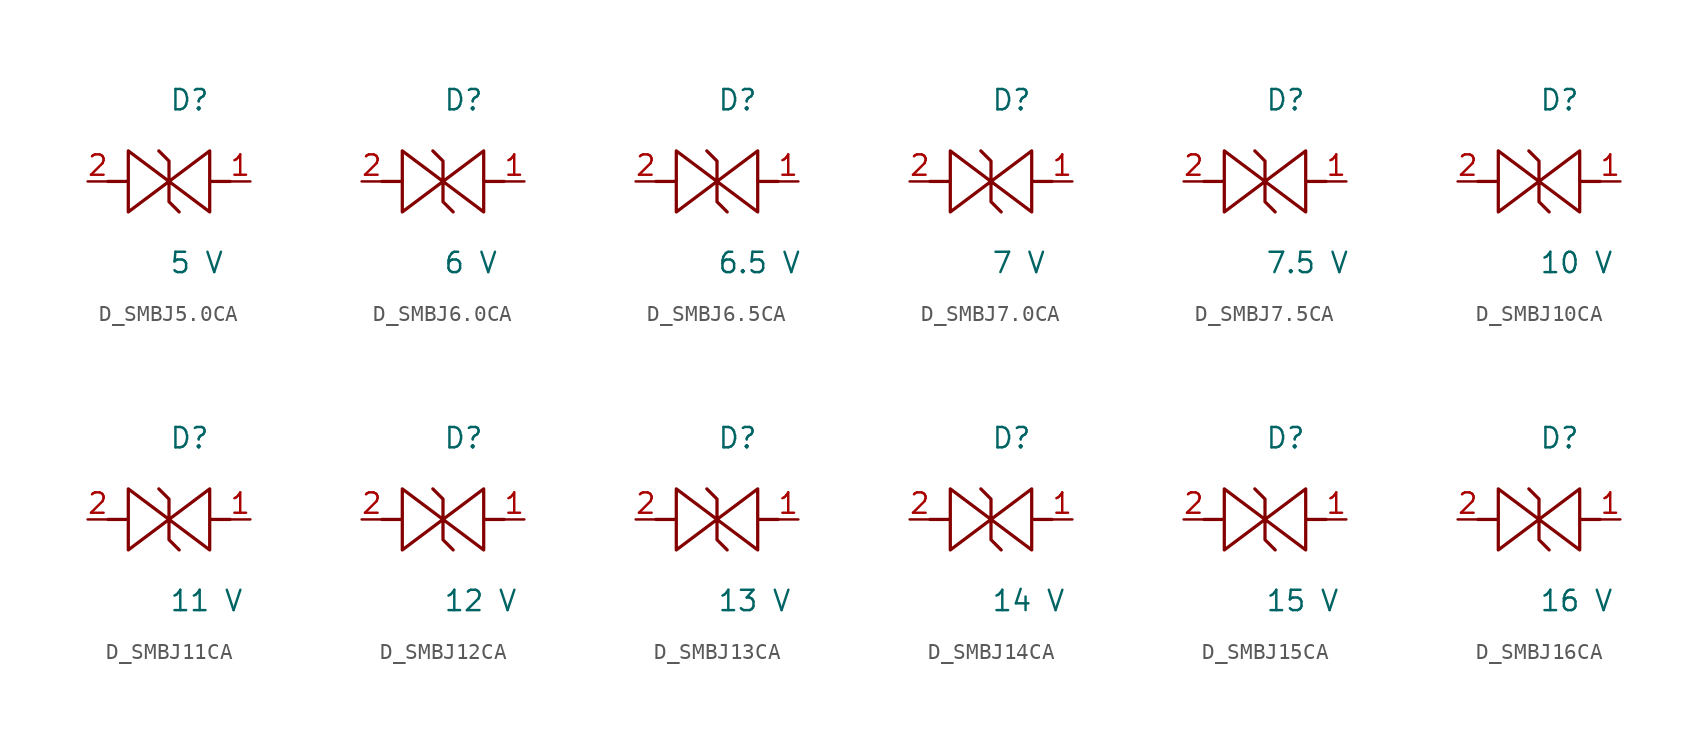
<source format=kicad_sym>
(kicad_symbol_lib
  (version 20231120)
  (generator kicad_symbol_editor)
  (generator_version 8.0)
  (symbol "D_SMBJ5.0CA"
    (pin_names
      (offset 0.254))
    (property "Reference" "D"
      (at 0.0 5.08 0)
      (effects (font (size 1.27 1.27)) (justify left)))
    (property "Value" "5 V"
      (at 0.0 -5.08 0)
      (effects (font (size 1.27 1.27)) (justify left)))
    (symbol "D_SMBJ5.0CA_1_0"
      (polyline (pts (xy 3.81 0) (xy 2.54 0) (xy 2.54 1.905) (xy 0 0) (xy 0 1.27) (xy -0.635 1.905) (xy 0 1.27) (xy 0 0) (xy -2.54 1.905) (xy -2.54 0) (xy -3.81 0) (xy -2.54 0) (xy -2.54 -1.905) (xy 0 0) (xy 0 -1.27) (xy 0.635 -1.905) (xy 0 -1.27) (xy 0 0) (xy 2.54 -1.905) (xy 2.54 0)) (stroke (width 0.203) (type default)) (fill (type none)))
      (pin unspecified line (at 5.08 0 180) (length 1.27) (name "" (effects (font (size 1.27 1.27)))) (number "1" (effects (font (size 1.27 1.27)))))
      (pin unspecified line (at -5.08 0 0) (length 1.27) (name "" (effects (font (size 1.27 1.27)))) (number "2" (effects (font (size 1.27 1.27)))))))
  (symbol "D_SMBJ6.0CA"
    (pin_names
      (offset 0.254))
    (property "Reference" "D"
      (at 0.0 5.08 0)
      (effects (font (size 1.27 1.27)) (justify left)))
    (property "Value" "6 V"
      (at 0.0 -5.08 0)
      (effects (font (size 1.27 1.27)) (justify left)))
    (symbol "D_SMBJ6.0CA_1_0"
      (polyline (pts (xy 3.81 0) (xy 2.54 0) (xy 2.54 1.905) (xy 0 0) (xy 0 1.27) (xy -0.635 1.905) (xy 0 1.27) (xy 0 0) (xy -2.54 1.905) (xy -2.54 0) (xy -3.81 0) (xy -2.54 0) (xy -2.54 -1.905) (xy 0 0) (xy 0 -1.27) (xy 0.635 -1.905) (xy 0 -1.27) (xy 0 0) (xy 2.54 -1.905) (xy 2.54 0)) (stroke (width 0.203) (type default)) (fill (type none)))
      (pin unspecified line (at 5.08 0 180) (length 1.27) (name "" (effects (font (size 1.27 1.27)))) (number "1" (effects (font (size 1.27 1.27)))))
      (pin unspecified line (at -5.08 0 0) (length 1.27) (name "" (effects (font (size 1.27 1.27)))) (number "2" (effects (font (size 1.27 1.27)))))))
  (symbol "D_SMBJ6.5CA"
    (pin_names
      (offset 0.254))
    (property "Reference" "D"
      (at 0.0 5.08 0)
      (effects (font (size 1.27 1.27)) (justify left)))
    (property "Value" "6.5 V"
      (at 0.0 -5.08 0)
      (effects (font (size 1.27 1.27)) (justify left)))
    (symbol "D_SMBJ6.5CA_1_0"
      (polyline (pts (xy 3.81 0) (xy 2.54 0) (xy 2.54 1.905) (xy 0 0) (xy 0 1.27) (xy -0.635 1.905) (xy 0 1.27) (xy 0 0) (xy -2.54 1.905) (xy -2.54 0) (xy -3.81 0) (xy -2.54 0) (xy -2.54 -1.905) (xy 0 0) (xy 0 -1.27) (xy 0.635 -1.905) (xy 0 -1.27) (xy 0 0) (xy 2.54 -1.905) (xy 2.54 0)) (stroke (width 0.203) (type default)) (fill (type none)))
      (pin unspecified line (at 5.08 0 180) (length 1.27) (name "" (effects (font (size 1.27 1.27)))) (number "1" (effects (font (size 1.27 1.27)))))
      (pin unspecified line (at -5.08 0 0) (length 1.27) (name "" (effects (font (size 1.27 1.27)))) (number "2" (effects (font (size 1.27 1.27)))))))
  (symbol "D_SMBJ7.0CA"
    (pin_names
      (offset 0.254))
    (property "Reference" "D"
      (at 0.0 5.08 0)
      (effects (font (size 1.27 1.27)) (justify left)))
    (property "Value" "7 V"
      (at 0.0 -5.08 0)
      (effects (font (size 1.27 1.27)) (justify left)))
    (symbol "D_SMBJ7.0CA_1_0"
      (polyline (pts (xy 3.81 0) (xy 2.54 0) (xy 2.54 1.905) (xy 0 0) (xy 0 1.27) (xy -0.635 1.905) (xy 0 1.27) (xy 0 0) (xy -2.54 1.905) (xy -2.54 0) (xy -3.81 0) (xy -2.54 0) (xy -2.54 -1.905) (xy 0 0) (xy 0 -1.27) (xy 0.635 -1.905) (xy 0 -1.27) (xy 0 0) (xy 2.54 -1.905) (xy 2.54 0)) (stroke (width 0.203) (type default)) (fill (type none)))
      (pin unspecified line (at 5.08 0 180) (length 1.27) (name "" (effects (font (size 1.27 1.27)))) (number "1" (effects (font (size 1.27 1.27)))))
      (pin unspecified line (at -5.08 0 0) (length 1.27) (name "" (effects (font (size 1.27 1.27)))) (number "2" (effects (font (size 1.27 1.27)))))))
  (symbol "D_SMBJ7.5CA"
    (pin_names
      (offset 0.254))
    (property "Reference" "D"
      (at 0.0 5.08 0)
      (effects (font (size 1.27 1.27)) (justify left)))
    (property "Value" "7.5 V"
      (at 0.0 -5.08 0)
      (effects (font (size 1.27 1.27)) (justify left)))
    (symbol "D_SMBJ7.5CA_1_0"
      (polyline (pts (xy 3.81 0) (xy 2.54 0) (xy 2.54 1.905) (xy 0 0) (xy 0 1.27) (xy -0.635 1.905) (xy 0 1.27) (xy 0 0) (xy -2.54 1.905) (xy -2.54 0) (xy -3.81 0) (xy -2.54 0) (xy -2.54 -1.905) (xy 0 0) (xy 0 -1.27) (xy 0.635 -1.905) (xy 0 -1.27) (xy 0 0) (xy 2.54 -1.905) (xy 2.54 0)) (stroke (width 0.203) (type default)) (fill (type none)))
      (pin unspecified line (at 5.08 0 180) (length 1.27) (name "" (effects (font (size 1.27 1.27)))) (number "1" (effects (font (size 1.27 1.27)))))
      (pin unspecified line (at -5.08 0 0) (length 1.27) (name "" (effects (font (size 1.27 1.27)))) (number "2" (effects (font (size 1.27 1.27)))))))
  (symbol "D_SMBJ10CA"
    (pin_names
      (offset 0.254))
    (property "Reference" "D"
      (at 0.0 5.08 0)
      (effects (font (size 1.27 1.27)) (justify left)))
    (property "Value" "10 V"
      (at 0.0 -5.08 0)
      (effects (font (size 1.27 1.27)) (justify left)))
    (symbol "D_SMBJ10CA_1_0"
      (polyline (pts (xy 3.81 0) (xy 2.54 0) (xy 2.54 1.905) (xy 0 0) (xy 0 1.27) (xy -0.635 1.905) (xy 0 1.27) (xy 0 0) (xy -2.54 1.905) (xy -2.54 0) (xy -3.81 0) (xy -2.54 0) (xy -2.54 -1.905) (xy 0 0) (xy 0 -1.27) (xy 0.635 -1.905) (xy 0 -1.27) (xy 0 0) (xy 2.54 -1.905) (xy 2.54 0)) (stroke (width 0.203) (type default)) (fill (type none)))
      (pin unspecified line (at 5.08 0 180) (length 1.27) (name "" (effects (font (size 1.27 1.27)))) (number "1" (effects (font (size 1.27 1.27)))))
      (pin unspecified line (at -5.08 0 0) (length 1.27) (name "" (effects (font (size 1.27 1.27)))) (number "2" (effects (font (size 1.27 1.27)))))))
  (symbol "D_SMBJ11CA"
    (pin_names
      (offset 0.254))
    (property "Reference" "D"
      (at 0.0 5.08 0)
      (effects (font (size 1.27 1.27)) (justify left)))
    (property "Value" "11 V"
      (at 0.0 -5.08 0)
      (effects (font (size 1.27 1.27)) (justify left)))
    (symbol "D_SMBJ11CA_1_0"
      (polyline (pts (xy 3.81 0) (xy 2.54 0) (xy 2.54 1.905) (xy 0 0) (xy 0 1.27) (xy -0.635 1.905) (xy 0 1.27) (xy 0 0) (xy -2.54 1.905) (xy -2.54 0) (xy -3.81 0) (xy -2.54 0) (xy -2.54 -1.905) (xy 0 0) (xy 0 -1.27) (xy 0.635 -1.905) (xy 0 -1.27) (xy 0 0) (xy 2.54 -1.905) (xy 2.54 0)) (stroke (width 0.203) (type default)) (fill (type none)))
      (pin unspecified line (at 5.08 0 180) (length 1.27) (name "" (effects (font (size 1.27 1.27)))) (number "1" (effects (font (size 1.27 1.27)))))
      (pin unspecified line (at -5.08 0 0) (length 1.27) (name "" (effects (font (size 1.27 1.27)))) (number "2" (effects (font (size 1.27 1.27)))))))
  (symbol "D_SMBJ12CA"
    (pin_names
      (offset 0.254))
    (property "Reference" "D"
      (at 0.0 5.08 0)
      (effects (font (size 1.27 1.27)) (justify left)))
    (property "Value" "12 V"
      (at 0.0 -5.08 0)
      (effects (font (size 1.27 1.27)) (justify left)))
    (symbol "D_SMBJ12CA_1_0"
      (polyline (pts (xy 3.81 0) (xy 2.54 0) (xy 2.54 1.905) (xy 0 0) (xy 0 1.27) (xy -0.635 1.905) (xy 0 1.27) (xy 0 0) (xy -2.54 1.905) (xy -2.54 0) (xy -3.81 0) (xy -2.54 0) (xy -2.54 -1.905) (xy 0 0) (xy 0 -1.27) (xy 0.635 -1.905) (xy 0 -1.27) (xy 0 0) (xy 2.54 -1.905) (xy 2.54 0)) (stroke (width 0.203) (type default)) (fill (type none)))
      (pin unspecified line (at 5.08 0 180) (length 1.27) (name "" (effects (font (size 1.27 1.27)))) (number "1" (effects (font (size 1.27 1.27)))))
      (pin unspecified line (at -5.08 0 0) (length 1.27) (name "" (effects (font (size 1.27 1.27)))) (number "2" (effects (font (size 1.27 1.27)))))))
  (symbol "D_SMBJ13CA"
    (pin_names
      (offset 0.254))
    (property "Reference" "D"
      (at 0.0 5.08 0)
      (effects (font (size 1.27 1.27)) (justify left)))
    (property "Value" "13 V"
      (at 0.0 -5.08 0)
      (effects (font (size 1.27 1.27)) (justify left)))
    (symbol "D_SMBJ13CA_1_0"
      (polyline (pts (xy 3.81 0) (xy 2.54 0) (xy 2.54 1.905) (xy 0 0) (xy 0 1.27) (xy -0.635 1.905) (xy 0 1.27) (xy 0 0) (xy -2.54 1.905) (xy -2.54 0) (xy -3.81 0) (xy -2.54 0) (xy -2.54 -1.905) (xy 0 0) (xy 0 -1.27) (xy 0.635 -1.905) (xy 0 -1.27) (xy 0 0) (xy 2.54 -1.905) (xy 2.54 0)) (stroke (width 0.203) (type default)) (fill (type none)))
      (pin unspecified line (at 5.08 0 180) (length 1.27) (name "" (effects (font (size 1.27 1.27)))) (number "1" (effects (font (size 1.27 1.27)))))
      (pin unspecified line (at -5.08 0 0) (length 1.27) (name "" (effects (font (size 1.27 1.27)))) (number "2" (effects (font (size 1.27 1.27)))))))
  (symbol "D_SMBJ14CA"
    (pin_names
      (offset 0.254))
    (property "Reference" "D"
      (at 0.0 5.08 0)
      (effects (font (size 1.27 1.27)) (justify left)))
    (property "Value" "14 V"
      (at 0.0 -5.08 0)
      (effects (font (size 1.27 1.27)) (justify left)))
    (symbol "D_SMBJ14CA_1_0"
      (polyline (pts (xy 3.81 0) (xy 2.54 0) (xy 2.54 1.905) (xy 0 0) (xy 0 1.27) (xy -0.635 1.905) (xy 0 1.27) (xy 0 0) (xy -2.54 1.905) (xy -2.54 0) (xy -3.81 0) (xy -2.54 0) (xy -2.54 -1.905) (xy 0 0) (xy 0 -1.27) (xy 0.635 -1.905) (xy 0 -1.27) (xy 0 0) (xy 2.54 -1.905) (xy 2.54 0)) (stroke (width 0.203) (type default)) (fill (type none)))
      (pin unspecified line (at 5.08 0 180) (length 1.27) (name "" (effects (font (size 1.27 1.27)))) (number "1" (effects (font (size 1.27 1.27)))))
      (pin unspecified line (at -5.08 0 0) (length 1.27) (name "" (effects (font (size 1.27 1.27)))) (number "2" (effects (font (size 1.27 1.27)))))))
  (symbol "D_SMBJ15CA"
    (pin_names
      (offset 0.254))
    (property "Reference" "D"
      (at 0.0 5.08 0)
      (effects (font (size 1.27 1.27)) (justify left)))
    (property "Value" "15 V"
      (at 0.0 -5.08 0)
      (effects (font (size 1.27 1.27)) (justify left)))
    (symbol "D_SMBJ15CA_1_0"
      (polyline (pts (xy 3.81 0) (xy 2.54 0) (xy 2.54 1.905) (xy 0 0) (xy 0 1.27) (xy -0.635 1.905) (xy 0 1.27) (xy 0 0) (xy -2.54 1.905) (xy -2.54 0) (xy -3.81 0) (xy -2.54 0) (xy -2.54 -1.905) (xy 0 0) (xy 0 -1.27) (xy 0.635 -1.905) (xy 0 -1.27) (xy 0 0) (xy 2.54 -1.905) (xy 2.54 0)) (stroke (width 0.203) (type default)) (fill (type none)))
      (pin unspecified line (at 5.08 0 180) (length 1.27) (name "" (effects (font (size 1.27 1.27)))) (number "1" (effects (font (size 1.27 1.27)))))
      (pin unspecified line (at -5.08 0 0) (length 1.27) (name "" (effects (font (size 1.27 1.27)))) (number "2" (effects (font (size 1.27 1.27)))))))
  (symbol "D_SMBJ16CA"
    (pin_names
      (offset 0.254))
    (property "Reference" "D"
      (at 0.0 5.08 0)
      (effects (font (size 1.27 1.27)) (justify left)))
    (property "Value" "16 V"
      (at 0.0 -5.08 0)
      (effects (font (size 1.27 1.27)) (justify left)))
    (symbol "D_SMBJ16CA_1_0"
      (polyline (pts (xy 3.81 0) (xy 2.54 0) (xy 2.54 1.905) (xy 0 0) (xy 0 1.27) (xy -0.635 1.905) (xy 0 1.27) (xy 0 0) (xy -2.54 1.905) (xy -2.54 0) (xy -3.81 0) (xy -2.54 0) (xy -2.54 -1.905) (xy 0 0) (xy 0 -1.27) (xy 0.635 -1.905) (xy 0 -1.27) (xy 0 0) (xy 2.54 -1.905) (xy 2.54 0)) (stroke (width 0.203) (type default)) (fill (type none)))
      (pin unspecified line (at 5.08 0 180) (length 1.27) (name "" (effects (font (size 1.27 1.27)))) (number "1" (effects (font (size 1.27 1.27)))))
      (pin unspecified line (at -5.08 0 0) (length 1.27) (name "" (effects (font (size 1.27 1.27)))) (number "2" (effects (font (size 1.27 1.27))))))))
</source>
